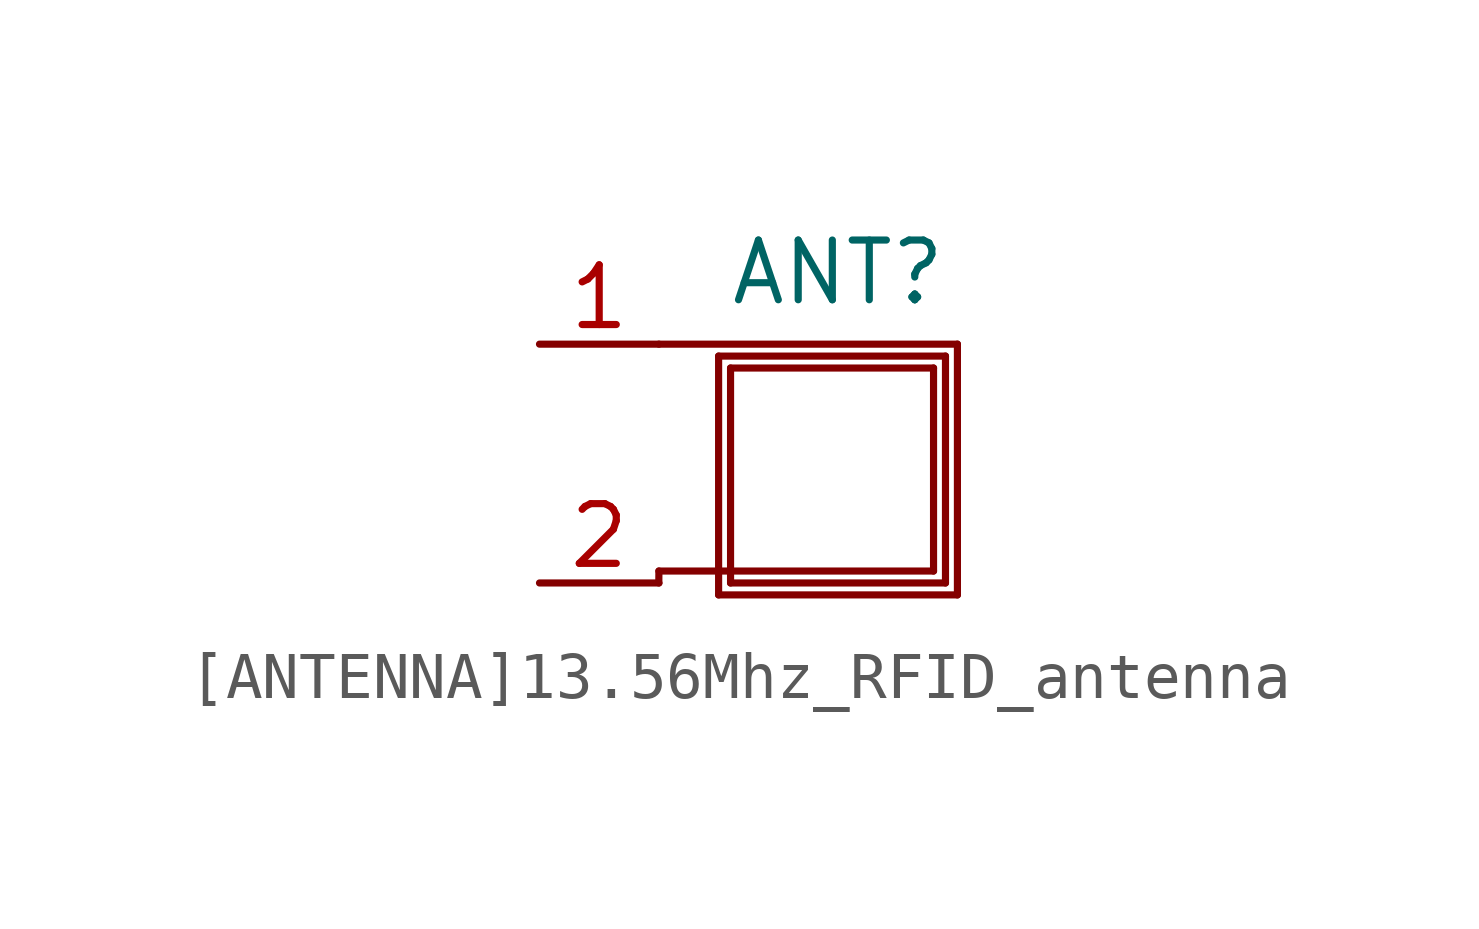
<source format=kicad_sym>
(kicad_symbol_lib
  (version 20231120)
  (generator "kicad_symbol_editor")
  (generator_version "8.0")
  (symbol "[ANTENNA]13.56Mhz_RFID_antenna"
    (property "Reference" "ANT"
      (at 0 4.064 0)
      (effects (font (size 1.27 1.27))))
    (property "Value" ""
      (at 0 1.016 0)
      (effects (font (size 1.27 1.27))))
    (symbol "[ANTENNA]13.56Mhz_RFID_antenna_0_1"
      (polyline (pts (xy -3.81 -2.286) (xy 2.032 -2.286)) (stroke (width 0) (type default)) (fill (type none)))
      (polyline (pts (xy -3.81 2.54) (xy 2.54 2.54)) (stroke (width 0) (type default)) (fill (type none)))
      (polyline (pts (xy -2.54 2.286) (xy -2.54 -2.794)) (stroke (width 0) (type default)) (fill (type none)))
      (polyline (pts (xy -2.54 2.286) (xy 2.286 2.286)) (stroke (width 0) (type default)) (fill (type none)))
      (polyline (pts (xy -2.286 2.032) (xy -2.286 -2.54)) (stroke (width 0) (type default)) (fill (type none)))
      (polyline (pts (xy -2.286 2.032) (xy 2.032 2.032)) (stroke (width 0) (type default)) (fill (type none)))
      (polyline (pts (xy 2.032 -2.286) (xy 2.032 2.032)) (stroke (width 0) (type default)) (fill (type none)))
      (polyline (pts (xy 2.286 -2.54) (xy -2.286 -2.54)) (stroke (width 0) (type default)) (fill (type none)))
      (polyline (pts (xy 2.286 -2.54) (xy 2.286 2.286)) (stroke (width 0) (type default)) (fill (type none)))
      (polyline (pts (xy 2.54 -2.794) (xy -2.54 -2.794)) (stroke (width 0) (type default)) (fill (type none)))
      (polyline (pts (xy 2.54 -2.794) (xy 2.54 2.54)) (stroke (width 0) (type default)) (fill (type none)))
      (polyline (pts (xy -3.81 -2.286) (xy -3.812 -2.54) (xy -3.81 -2.54)) (stroke (width 0) (type default)) (fill (type none))))
    (symbol "[ANTENNA]13.56Mhz_RFID_antenna_1_1"
      (pin passive line (at -6.35 2.54 0) (length 2.54) (name "~" (effects (font (size 1.27 1.27)))) (number "1" (effects (font (size 1.27 1.27)))))
      (pin passive line (at -6.35 -2.54 0) (length 2.54) (name "~" (effects (font (size 1.27 1.27)))) (number "2" (effects (font (size 1.27 1.27))))))))
</source>
